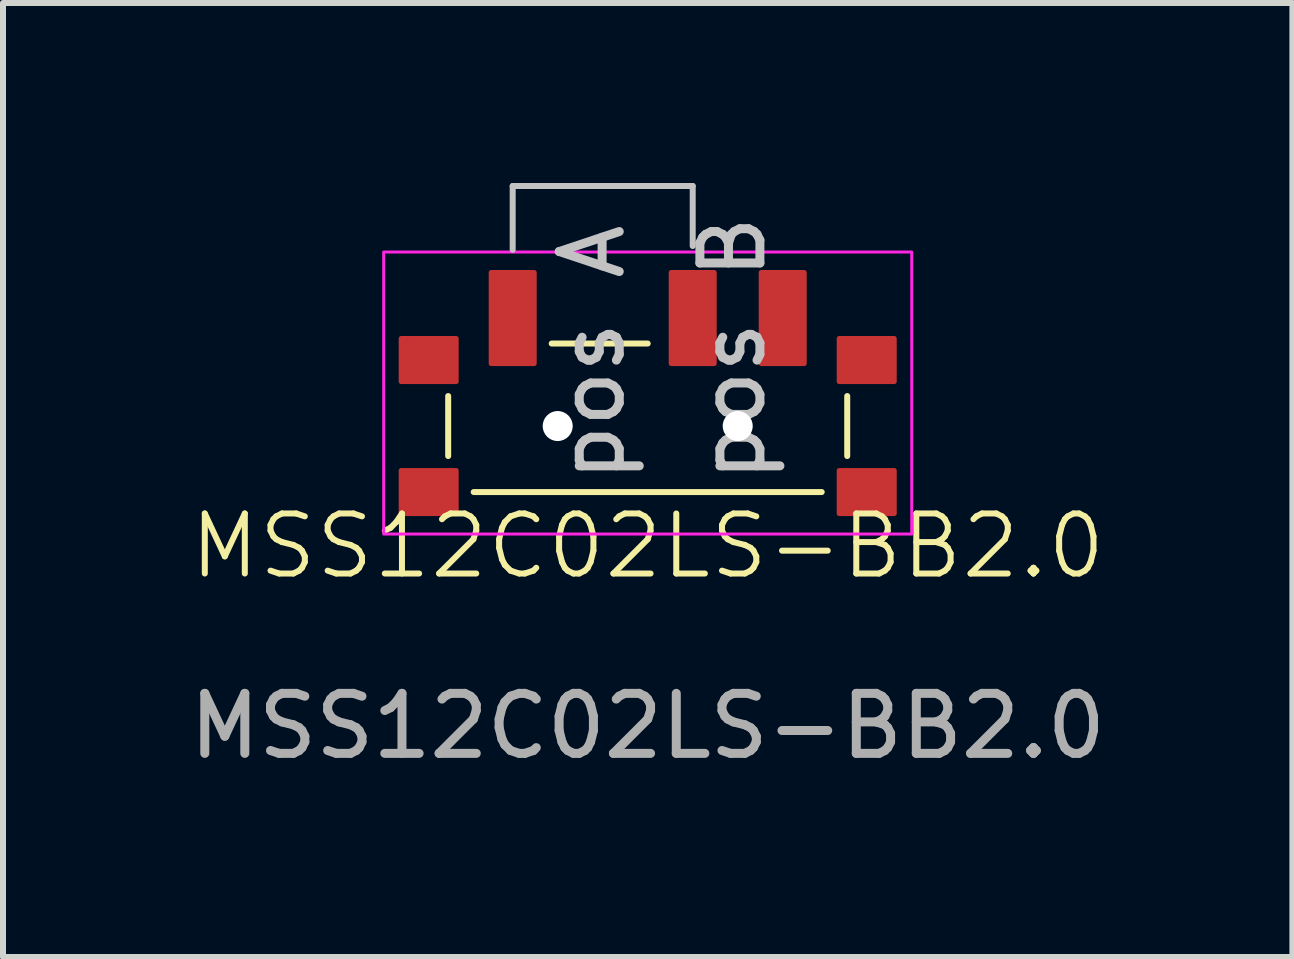
<source format=kicad_pcb>
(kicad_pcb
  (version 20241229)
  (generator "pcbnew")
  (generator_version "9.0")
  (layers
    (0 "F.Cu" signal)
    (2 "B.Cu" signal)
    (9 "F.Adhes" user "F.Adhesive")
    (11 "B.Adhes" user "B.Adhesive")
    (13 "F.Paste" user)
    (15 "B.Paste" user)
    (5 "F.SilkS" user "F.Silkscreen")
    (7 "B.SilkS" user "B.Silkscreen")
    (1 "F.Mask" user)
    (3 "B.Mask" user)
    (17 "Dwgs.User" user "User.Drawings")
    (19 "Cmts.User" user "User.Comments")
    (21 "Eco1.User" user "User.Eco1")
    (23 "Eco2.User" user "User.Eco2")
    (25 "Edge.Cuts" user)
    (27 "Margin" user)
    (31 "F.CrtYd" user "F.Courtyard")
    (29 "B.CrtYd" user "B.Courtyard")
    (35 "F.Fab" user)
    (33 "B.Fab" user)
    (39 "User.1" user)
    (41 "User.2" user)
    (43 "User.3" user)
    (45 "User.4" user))
  (footprint "MSS12C02LS-BB2.0"
    (layer "F.Cu")
    (at 7.744 4.05)
    (property "Reference" "MSS12C02LS-BB2.0" (at 0 2 0) (unlocked yes) (layer "F.SilkS") (effects (font (size 1 1) (thickness 0.1))))
    (attr smd)
    (fp_line (start -3.325 -0.5) (end -3.325 0.5) (stroke (width 0.1) (type default)) (layer "F.SilkS"))
    (fp_line (start -1.6 -1.375) (end 0 -1.375) (stroke (width 0.1) (type default)) (layer "F.SilkS"))
    (fp_line (start 2.9 1.1) (end -2.9 1.1) (stroke (width 0.1) (type default)) (layer "F.SilkS"))
    (fp_line (start 3.325 0.5) (end 3.325 -0.5) (stroke (width 0.1) (type default)) (layer "F.SilkS"))
    (fp_line (start -2.25 -4) (end 0.75 -4) (stroke (width 0.1) (type default)) (layer "Dwgs.User"))
    (fp_line (start -2.25 -2.937) (end -2.25 -4) (stroke (width 0.1) (type default)) (layer "Dwgs.User"))
    (fp_line (start 0.75 -4) (end 0.75 -3) (stroke (width 0.1) (type default)) (layer "Dwgs.User"))
    (fp_rect (start -4.4 -2.9) (end 4.4 1.8) (stroke (width 0.05) (type default)) (fill no) (layer "F.CrtYd"))
    (fp_text user "pos A" (at -0.344 1 90) (unlocked yes) (layer "Dwgs.User") (effects (font (size 1 1) (thickness 0.15)) (justify left bottom)))
    (fp_text user "pos B" (at 2 1 90) (unlocked yes) (layer "Dwgs.User") (effects (font (size 1 1) (thickness 0.15)) (justify left bottom)))
    (fp_text user "${REFERENCE}" (at 0 5 0) (unlocked yes) (layer "F.Fab") (effects (font (size 1 1) (thickness 0.15))))
    (pad "" np_thru_hole circle (at -1.5 0) (size 0.5 0.5) (drill 0.8) (layers "*.Cu" "*.Mask"))
    (pad "" np_thru_hole circle (at 1.5 0) (size 0.5 0.5) (drill 0.8) (layers "*.Cu" "*.Mask"))
    (pad "A" smd roundrect (at -2.25 -1.8) (size 0.8 1.6) (layers "F.Cu" "F.Mask" "F.Paste") (roundrect_rratio 0.05))
    (pad "B" smd roundrect (at 0.75 -1.8) (size 0.8 1.6) (layers "F.Cu" "F.Mask" "F.Paste") (roundrect_rratio 0.05))
    (pad "C" smd roundrect (at 2.25 -1.8) (size 0.8 1.6) (layers "F.Cu" "F.Mask" "F.Paste") (roundrect_rratio 0.05))
    (pad "NC" smd roundrect (at -3.65 -1.1) (size 1 0.8) (layers "F.Cu" "F.Mask" "F.Paste") (roundrect_rratio 0.05))
    (pad "NC" smd roundrect (at -3.65 1.1) (size 1 0.8) (layers "F.Cu" "F.Mask" "F.Paste") (roundrect_rratio 0.05))
    (pad "NC" smd roundrect (at 3.65 -1.1) (size 1 0.8) (layers "F.Cu" "F.Mask" "F.Paste") (roundrect_rratio 0.05))
    (pad "NC" smd roundrect (at 3.65 1.1) (size 1 0.8) (layers "F.Cu" "F.Mask" "F.Paste") (roundrect_rratio 0.05)))
  (gr_rect
    (start -3 -3)
    (end 18.488 12.898)
    (stroke (width 0.1) (type default))
    (fill no)
    (layer "Edge.Cuts")))
</source>
